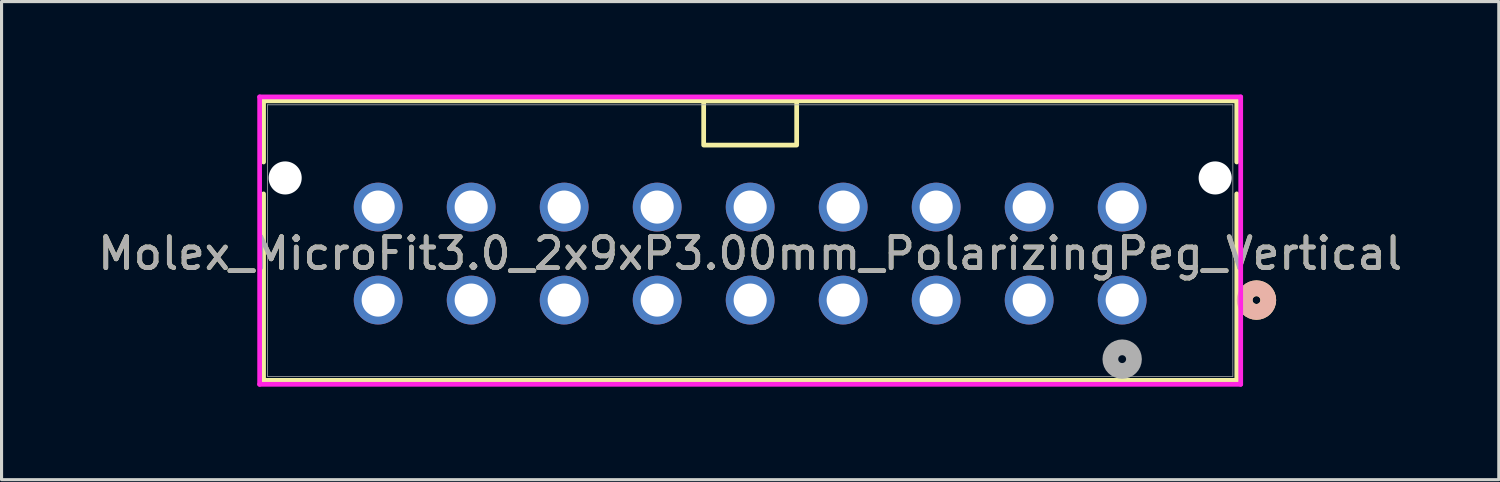
<source format=kicad_pcb>
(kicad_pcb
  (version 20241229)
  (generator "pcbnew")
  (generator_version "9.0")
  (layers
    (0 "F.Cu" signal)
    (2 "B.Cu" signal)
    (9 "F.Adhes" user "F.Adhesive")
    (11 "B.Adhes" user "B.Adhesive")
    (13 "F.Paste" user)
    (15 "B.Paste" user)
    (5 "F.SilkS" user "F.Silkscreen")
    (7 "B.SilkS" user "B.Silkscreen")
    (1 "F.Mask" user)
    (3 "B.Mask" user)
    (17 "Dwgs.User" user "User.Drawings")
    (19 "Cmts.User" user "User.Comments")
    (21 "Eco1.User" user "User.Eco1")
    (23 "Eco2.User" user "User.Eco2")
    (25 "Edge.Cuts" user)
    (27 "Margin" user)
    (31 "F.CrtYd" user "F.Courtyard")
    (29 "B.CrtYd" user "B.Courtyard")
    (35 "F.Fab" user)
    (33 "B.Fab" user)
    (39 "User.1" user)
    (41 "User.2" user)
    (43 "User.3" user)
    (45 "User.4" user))
  (footprint "Molex_MicroFit3.0_2x9xP3.00mm_PolarizingPeg_Vertical"
    (layer "F.Cu")
    (at 33.149 6.63)
    (property "Reference" "Molex_MicroFit3.0_2x9xP3.00mm_PolarizingPeg_Vertical" (at -12 -1.5 0) (unlocked yes) (layer "F.SilkS") (effects (font (size 1 1) (thickness 0.15))))
    (attr through_hole)
    (fp_line (start -27.697 -6.427) (end -27.697 -4.454) (stroke (width 0.152) (type solid)) (layer "F.SilkS"))
    (fp_line (start -27.697 -3.426) (end -27.697 2.59) (stroke (width 0.152) (type solid)) (layer "F.SilkS"))
    (fp_line (start -27.697 2.59) (end 3.697 2.59) (stroke (width 0.152) (type solid)) (layer "F.SilkS"))
    (fp_line (start 3.697 -6.427) (end -27.697 -6.427) (stroke (width 0.152) (type solid)) (layer "F.SilkS"))
    (fp_line (start 3.697 -4.454) (end 3.697 -6.427) (stroke (width 0.152) (type solid)) (layer "F.SilkS"))
    (fp_line (start 3.697 2.59) (end 3.697 -3.426) (stroke (width 0.152) (type solid)) (layer "F.SilkS"))
    (fp_rect (start -13.5 -6.427) (end -10.5 -5) (stroke (width 0.152) (type solid)) (fill no) (layer "F.SilkS"))
    (fp_circle (center 4.332 0) (end 4.713 0) (stroke (width 0.508) (type solid)) (fill no) (layer "F.SilkS"))
    (fp_circle (center 4.332 0) (end 4.713 0) (stroke (width 0.508) (type solid)) (fill no) (layer "B.SilkS"))
    (fp_line (start -27.824 -6.554) (end -27.824 2.717) (stroke (width 0.152) (type solid)) (layer "F.CrtYd"))
    (fp_line (start -27.824 2.717) (end 3.824 2.717) (stroke (width 0.152) (type solid)) (layer "F.CrtYd"))
    (fp_line (start 3.824 -6.554) (end -27.824 -6.554) (stroke (width 0.152) (type solid)) (layer "F.CrtYd"))
    (fp_line (start 3.824 2.717) (end 3.824 -6.554) (stroke (width 0.152) (type solid)) (layer "F.CrtYd"))
    (fp_line (start -27.57 -6.3) (end -27.57 2.463) (stroke (width 0.025) (type solid)) (layer "F.Fab"))
    (fp_line (start -27.57 2.463) (end 3.57 2.463) (stroke (width 0.025) (type solid)) (layer "F.Fab"))
    (fp_line (start 3.57 -6.3) (end -27.57 -6.3) (stroke (width 0.025) (type solid)) (layer "F.Fab"))
    (fp_line (start 3.57 2.463) (end 3.57 -6.3) (stroke (width 0.025) (type solid)) (layer "F.Fab"))
    (fp_circle (center 0 1.905) (end 0.381 1.905) (stroke (width 0.508) (type solid)) (fill no) (layer "F.Fab"))
    (fp_text user "${REFERENCE}" (at -12 -1.5 0) (unlocked yes) (layer "F.Fab") (effects (font (size 1 1) (thickness 0.15))))
    (pad "" np_thru_hole circle (at -27 -3.94) (size 1.067 1.067) (drill 1.067) (layers "*.Cu" "*.Mask"))
    (pad "" np_thru_hole circle (at 3 -3.94) (size 1.067 1.067) (drill 1.067) (layers "*.Cu" "*.Mask"))
    (pad "1" thru_hole circle (at 0 0) (size 1.575 1.575) (drill 1.067) (layers "*.Cu" "*.Mask"))
    (pad "2" thru_hole circle (at -3 0) (size 1.575 1.575) (drill 1.067) (layers "*.Cu" "*.Mask"))
    (pad "3" thru_hole circle (at -6 0) (size 1.575 1.575) (drill 1.067) (layers "*.Cu" "*.Mask"))
    (pad "4" thru_hole circle (at -9 0) (size 1.575 1.575) (drill 1.067) (layers "*.Cu" "*.Mask"))
    (pad "5" thru_hole circle (at -12 0) (size 1.575 1.575) (drill 1.067) (layers "*.Cu" "*.Mask"))
    (pad "6" thru_hole circle (at -15 0) (size 1.575 1.575) (drill 1.067) (layers "*.Cu" "*.Mask"))
    (pad "7" thru_hole circle (at -18 0) (size 1.575 1.575) (drill 1.067) (layers "*.Cu" "*.Mask"))
    (pad "8" thru_hole circle (at -21 0) (size 1.575 1.575) (drill 1.067) (layers "*.Cu" "*.Mask"))
    (pad "9" thru_hole circle (at -24 0) (size 1.575 1.575) (drill 1.067) (layers "*.Cu" "*.Mask"))
    (pad "10" thru_hole circle (at 0 -3) (size 1.575 1.575) (drill 1.067) (layers "*.Cu" "*.Mask"))
    (pad "11" thru_hole circle (at -3 -3) (size 1.575 1.575) (drill 1.067) (layers "*.Cu" "*.Mask"))
    (pad "12" thru_hole circle (at -6 -3) (size 1.575 1.575) (drill 1.067) (layers "*.Cu" "*.Mask"))
    (pad "13" thru_hole circle (at -9 -3) (size 1.575 1.575) (drill 1.067) (layers "*.Cu" "*.Mask"))
    (pad "14" thru_hole circle (at -12 -3) (size 1.575 1.575) (drill 1.067) (layers "*.Cu" "*.Mask"))
    (pad "15" thru_hole circle (at -15 -3) (size 1.575 1.575) (drill 1.067) (layers "*.Cu" "*.Mask"))
    (pad "16" thru_hole circle (at -18 -3) (size 1.575 1.575) (drill 1.067) (layers "*.Cu" "*.Mask"))
    (pad "17" thru_hole circle (at -21 -3) (size 1.575 1.575) (drill 1.067) (layers "*.Cu" "*.Mask"))
    (pad "18" thru_hole circle (at -24 -3) (size 1.575 1.575) (drill 1.067) (layers "*.Cu" "*.Mask")))
  (gr_rect
    (start -3 -3)
    (end 45.298 12.423)
    (stroke (width 0.1) (type default))
    (fill no)
    (layer "Edge.Cuts")))
</source>
